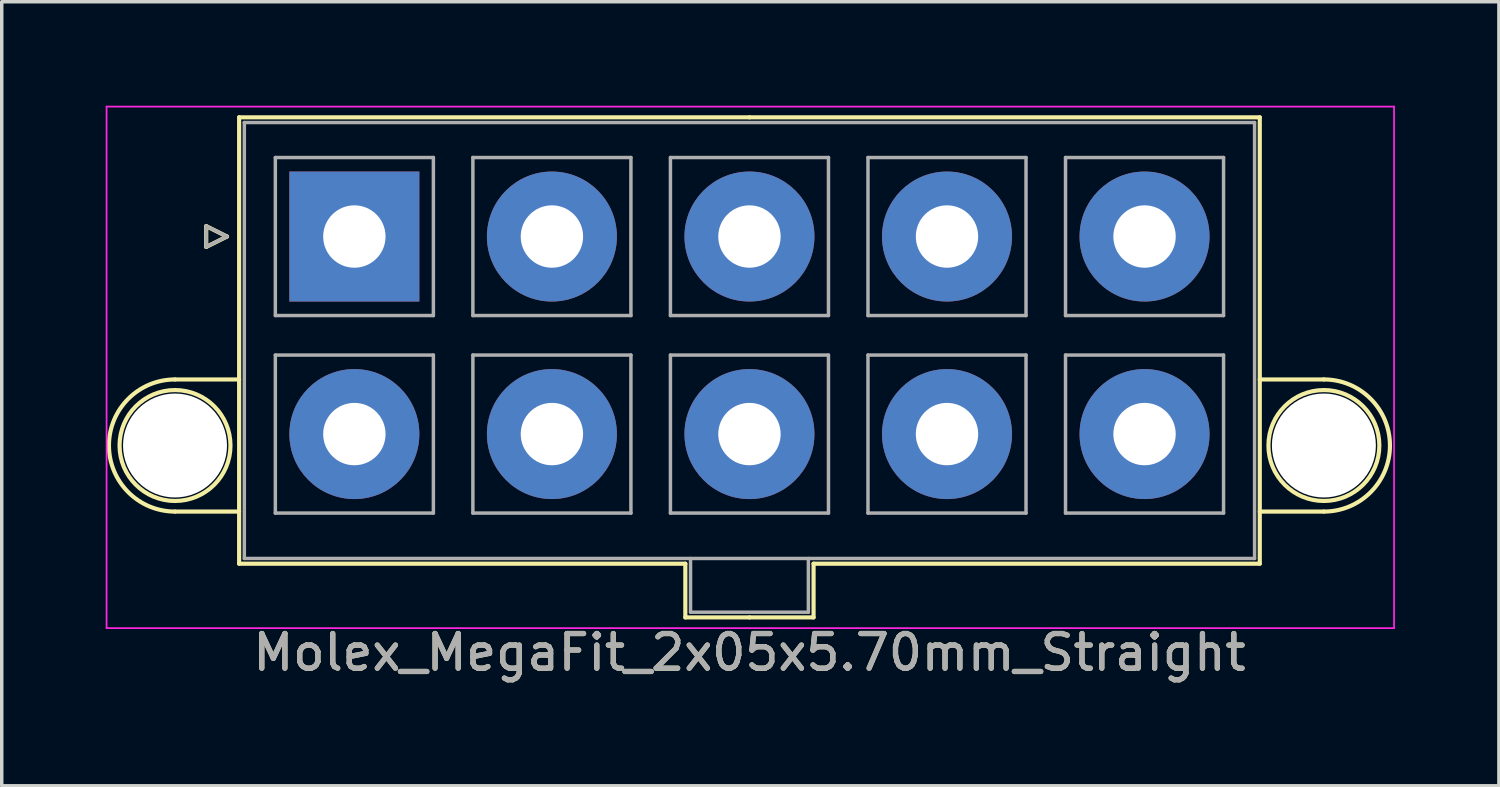
<source format=kicad_pcb>
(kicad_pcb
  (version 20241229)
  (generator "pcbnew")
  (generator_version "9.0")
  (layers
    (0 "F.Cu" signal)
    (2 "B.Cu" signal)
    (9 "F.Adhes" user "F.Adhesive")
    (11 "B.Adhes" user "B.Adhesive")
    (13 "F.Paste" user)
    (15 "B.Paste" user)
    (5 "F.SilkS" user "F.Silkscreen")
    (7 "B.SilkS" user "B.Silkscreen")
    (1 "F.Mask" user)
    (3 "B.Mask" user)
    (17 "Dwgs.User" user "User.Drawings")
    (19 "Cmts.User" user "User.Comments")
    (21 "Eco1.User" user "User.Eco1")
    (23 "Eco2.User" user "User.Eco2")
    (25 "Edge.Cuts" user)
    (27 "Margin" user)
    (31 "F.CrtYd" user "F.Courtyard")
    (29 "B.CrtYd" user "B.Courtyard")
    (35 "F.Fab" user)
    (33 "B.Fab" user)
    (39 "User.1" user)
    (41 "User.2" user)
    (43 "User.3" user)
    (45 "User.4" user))
  (footprint "Molex_MegaFit_2x05x5.70mm_Straight"
    (layer "F.Cu")
    (at 7.175 3.775)
    (property "Reference" "Molex_MegaFit_2x05x5.70mm_Straight" (at 11.4 12 0) (layer "F.SilkS") (effects (font (size 1 1) (thickness 0.15))))
    (attr through_hole)
    (fp_line (start -5.175 4.124) (end -3.325 4.124) (stroke (width 0.12) (type solid)) (layer "F.SilkS"))
    (fp_line (start -5.175 7.936) (end -3.325 7.936) (stroke (width 0.12) (type solid)) (layer "F.SilkS"))
    (fp_line (start -4.275 -0.3) (end -3.675 0) (stroke (width 0.12) (type solid)) (layer "F.SilkS"))
    (fp_line (start -4.275 0.3) (end -4.275 -0.3) (stroke (width 0.12) (type solid)) (layer "F.SilkS"))
    (fp_line (start -3.675 0) (end -4.275 0.3) (stroke (width 0.12) (type solid)) (layer "F.SilkS"))
    (fp_line (start -3.325 -3.44) (end -3.325 9.44) (stroke (width 0.12) (type solid)) (layer "F.SilkS"))
    (fp_line (start -3.325 9.44) (end 9.55 9.44) (stroke (width 0.12) (type solid)) (layer "F.SilkS"))
    (fp_line (start 9.55 9.44) (end 9.55 10.99) (stroke (width 0.12) (type solid)) (layer "F.SilkS"))
    (fp_line (start 9.55 10.99) (end 11.4 10.99) (stroke (width 0.12) (type solid)) (layer "F.SilkS"))
    (fp_line (start 11.4 -3.44) (end -3.325 -3.44) (stroke (width 0.12) (type solid)) (layer "F.SilkS"))
    (fp_line (start 11.4 -3.44) (end 26.125 -3.44) (stroke (width 0.12) (type solid)) (layer "F.SilkS"))
    (fp_line (start 13.25 9.44) (end 13.25 10.99) (stroke (width 0.12) (type solid)) (layer "F.SilkS"))
    (fp_line (start 13.25 10.99) (end 11.4 10.99) (stroke (width 0.12) (type solid)) (layer "F.SilkS"))
    (fp_line (start 26.125 -3.44) (end 26.125 9.44) (stroke (width 0.12) (type solid)) (layer "F.SilkS"))
    (fp_line (start 26.125 9.44) (end 13.25 9.44) (stroke (width 0.12) (type solid)) (layer "F.SilkS"))
    (fp_line (start 27.975 4.124) (end 26.125 4.124) (stroke (width 0.12) (type solid)) (layer "F.SilkS"))
    (fp_line (start 27.975 7.936) (end 26.125 7.936) (stroke (width 0.12) (type solid)) (layer "F.SilkS"))
    (fp_arc (start -5.175 7.93625) (mid -7.08125 6.03) (end -5.175 4.12375) (stroke (width 0.12) (type solid)) (layer "F.SilkS"))
    (fp_arc (start 27.975 4.12375) (mid 29.88125 6.03) (end 27.975 7.93625) (stroke (width 0.12) (type solid)) (layer "F.SilkS"))
    (fp_circle (center -5.175 6.03) (end -3.575 6.03) (stroke (width 0.12) (type solid)) (fill no) (layer "F.SilkS"))
    (fp_circle (center 27.975 6.03) (end 29.575 6.03) (stroke (width 0.12) (type solid)) (fill no) (layer "F.SilkS"))
    (fp_line (start -7.15 -3.75) (end -7.15 11.3) (stroke (width 0.05) (type solid)) (layer "F.CrtYd"))
    (fp_line (start -7.15 11.3) (end 30 11.3) (stroke (width 0.05) (type solid)) (layer "F.CrtYd"))
    (fp_line (start 30 -3.75) (end -7.15 -3.75) (stroke (width 0.05) (type solid)) (layer "F.CrtYd"))
    (fp_line (start 30 11.3) (end 30 -3.75) (stroke (width 0.05) (type solid)) (layer "F.CrtYd"))
    (fp_line (start -4.275 -0.3) (end -3.675 0) (stroke (width 0.1) (type solid)) (layer "F.Fab"))
    (fp_line (start -4.275 0.3) (end -4.275 -0.3) (stroke (width 0.1) (type solid)) (layer "F.Fab"))
    (fp_line (start -3.675 0) (end -4.275 0.3) (stroke (width 0.1) (type solid)) (layer "F.Fab"))
    (fp_line (start -3.175 -3.29) (end -3.175 9.29) (stroke (width 0.1) (type solid)) (layer "F.Fab"))
    (fp_line (start -3.175 9.29) (end 25.975 9.29) (stroke (width 0.1) (type solid)) (layer "F.Fab"))
    (fp_line (start -2.28 -2.28) (end -2.28 2.28) (stroke (width 0.1) (type solid)) (layer "F.Fab"))
    (fp_line (start -2.28 2.28) (end 2.28 2.28) (stroke (width 0.1) (type solid)) (layer "F.Fab"))
    (fp_line (start -2.28 3.42) (end -2.28 7.98) (stroke (width 0.1) (type solid)) (layer "F.Fab"))
    (fp_line (start -2.28 7.98) (end 2.28 7.98) (stroke (width 0.1) (type solid)) (layer "F.Fab"))
    (fp_line (start 2.28 -2.28) (end -2.28 -2.28) (stroke (width 0.1) (type solid)) (layer "F.Fab"))
    (fp_line (start 2.28 2.28) (end 2.28 -2.28) (stroke (width 0.1) (type solid)) (layer "F.Fab"))
    (fp_line (start 2.28 3.42) (end -2.28 3.42) (stroke (width 0.1) (type solid)) (layer "F.Fab"))
    (fp_line (start 2.28 7.98) (end 2.28 3.42) (stroke (width 0.1) (type solid)) (layer "F.Fab"))
    (fp_line (start 3.42 -2.28) (end 3.42 2.28) (stroke (width 0.1) (type solid)) (layer "F.Fab"))
    (fp_line (start 3.42 2.28) (end 7.98 2.28) (stroke (width 0.1) (type solid)) (layer "F.Fab"))
    (fp_line (start 3.42 3.42) (end 3.42 7.98) (stroke (width 0.1) (type solid)) (layer "F.Fab"))
    (fp_line (start 3.42 7.98) (end 7.98 7.98) (stroke (width 0.1) (type solid)) (layer "F.Fab"))
    (fp_line (start 7.98 -2.28) (end 3.42 -2.28) (stroke (width 0.1) (type solid)) (layer "F.Fab"))
    (fp_line (start 7.98 2.28) (end 7.98 -2.28) (stroke (width 0.1) (type solid)) (layer "F.Fab"))
    (fp_line (start 7.98 3.42) (end 3.42 3.42) (stroke (width 0.1) (type solid)) (layer "F.Fab"))
    (fp_line (start 7.98 7.98) (end 7.98 3.42) (stroke (width 0.1) (type solid)) (layer "F.Fab"))
    (fp_line (start 9.12 -2.28) (end 9.12 2.28) (stroke (width 0.1) (type solid)) (layer "F.Fab"))
    (fp_line (start 9.12 2.28) (end 13.68 2.28) (stroke (width 0.1) (type solid)) (layer "F.Fab"))
    (fp_line (start 9.12 3.42) (end 9.12 7.98) (stroke (width 0.1) (type solid)) (layer "F.Fab"))
    (fp_line (start 9.12 7.98) (end 13.68 7.98) (stroke (width 0.1) (type solid)) (layer "F.Fab"))
    (fp_line (start 9.7 9.29) (end 9.7 10.84) (stroke (width 0.1) (type solid)) (layer "F.Fab"))
    (fp_line (start 9.7 10.84) (end 13.1 10.84) (stroke (width 0.1) (type solid)) (layer "F.Fab"))
    (fp_line (start 13.1 10.84) (end 13.1 9.29) (stroke (width 0.1) (type solid)) (layer "F.Fab"))
    (fp_line (start 13.68 -2.28) (end 9.12 -2.28) (stroke (width 0.1) (type solid)) (layer "F.Fab"))
    (fp_line (start 13.68 2.28) (end 13.68 -2.28) (stroke (width 0.1) (type solid)) (layer "F.Fab"))
    (fp_line (start 13.68 3.42) (end 9.12 3.42) (stroke (width 0.1) (type solid)) (layer "F.Fab"))
    (fp_line (start 13.68 7.98) (end 13.68 3.42) (stroke (width 0.1) (type solid)) (layer "F.Fab"))
    (fp_line (start 14.82 -2.28) (end 14.82 2.28) (stroke (width 0.1) (type solid)) (layer "F.Fab"))
    (fp_line (start 14.82 2.28) (end 19.38 2.28) (stroke (width 0.1) (type solid)) (layer "F.Fab"))
    (fp_line (start 14.82 3.42) (end 14.82 7.98) (stroke (width 0.1) (type solid)) (layer "F.Fab"))
    (fp_line (start 14.82 7.98) (end 19.38 7.98) (stroke (width 0.1) (type solid)) (layer "F.Fab"))
    (fp_line (start 19.38 -2.28) (end 14.82 -2.28) (stroke (width 0.1) (type solid)) (layer "F.Fab"))
    (fp_line (start 19.38 2.28) (end 19.38 -2.28) (stroke (width 0.1) (type solid)) (layer "F.Fab"))
    (fp_line (start 19.38 3.42) (end 14.82 3.42) (stroke (width 0.1) (type solid)) (layer "F.Fab"))
    (fp_line (start 19.38 7.98) (end 19.38 3.42) (stroke (width 0.1) (type solid)) (layer "F.Fab"))
    (fp_line (start 20.52 -2.28) (end 20.52 2.28) (stroke (width 0.1) (type solid)) (layer "F.Fab"))
    (fp_line (start 20.52 2.28) (end 25.08 2.28) (stroke (width 0.1) (type solid)) (layer "F.Fab"))
    (fp_line (start 20.52 3.42) (end 20.52 7.98) (stroke (width 0.1) (type solid)) (layer "F.Fab"))
    (fp_line (start 20.52 7.98) (end 25.08 7.98) (stroke (width 0.1) (type solid)) (layer "F.Fab"))
    (fp_line (start 25.08 -2.28) (end 20.52 -2.28) (stroke (width 0.1) (type solid)) (layer "F.Fab"))
    (fp_line (start 25.08 2.28) (end 25.08 -2.28) (stroke (width 0.1) (type solid)) (layer "F.Fab"))
    (fp_line (start 25.08 3.42) (end 20.52 3.42) (stroke (width 0.1) (type solid)) (layer "F.Fab"))
    (fp_line (start 25.08 7.98) (end 25.08 3.42) (stroke (width 0.1) (type solid)) (layer "F.Fab"))
    (fp_line (start 25.975 -3.29) (end -3.175 -3.29) (stroke (width 0.1) (type solid)) (layer "F.Fab"))
    (fp_line (start 25.975 9.29) (end 25.975 -3.29) (stroke (width 0.1) (type solid)) (layer "F.Fab"))
    (fp_text user "${REFERENCE}" (at 11.4 12 0) (layer "F.Fab") (effects (font (size 1 1) (thickness 0.15))))
    (pad "" np_thru_hole circle (at -5.175 6.03) (size 3 3) (drill 3) (layers "*.Cu" "*.Mask"))
    (pad "" np_thru_hole circle (at 27.975 6.03) (size 3 3) (drill 3) (layers "*.Cu" "*.Mask"))
    (pad "1" thru_hole rect (at 0 0) (size 3.75 3.75) (drill 1.8) (layers "*.Cu" "*.Mask"))
    (pad "2" thru_hole circle (at 5.7 0) (size 3.75 3.75) (drill 1.8) (layers "*.Cu" "*.Mask"))
    (pad "3" thru_hole circle (at 11.4 0) (size 3.75 3.75) (drill 1.8) (layers "*.Cu" "*.Mask"))
    (pad "4" thru_hole circle (at 17.1 0) (size 3.75 3.75) (drill 1.8) (layers "*.Cu" "*.Mask"))
    (pad "5" thru_hole circle (at 22.8 0) (size 3.75 3.75) (drill 1.8) (layers "*.Cu" "*.Mask"))
    (pad "6" thru_hole circle (at 0 5.7) (size 3.75 3.75) (drill 1.8) (layers "*.Cu" "*.Mask"))
    (pad "7" thru_hole circle (at 5.7 5.7) (size 3.75 3.75) (drill 1.8) (layers "*.Cu" "*.Mask"))
    (pad "8" thru_hole circle (at 11.4 5.7) (size 3.75 3.75) (drill 1.8) (layers "*.Cu" "*.Mask"))
    (pad "9" thru_hole circle (at 17.1 5.7) (size 3.75 3.75) (drill 1.8) (layers "*.Cu" "*.Mask"))
    (pad "10" thru_hole circle (at 22.8 5.7) (size 3.75 3.75) (drill 1.8) (layers "*.Cu" "*.Mask")))
  (gr_rect
    (start -3 -3)
    (end 40.2 19.623)
    (stroke (width 0.1) (type default))
    (fill no)
    (layer "Edge.Cuts")))
</source>
